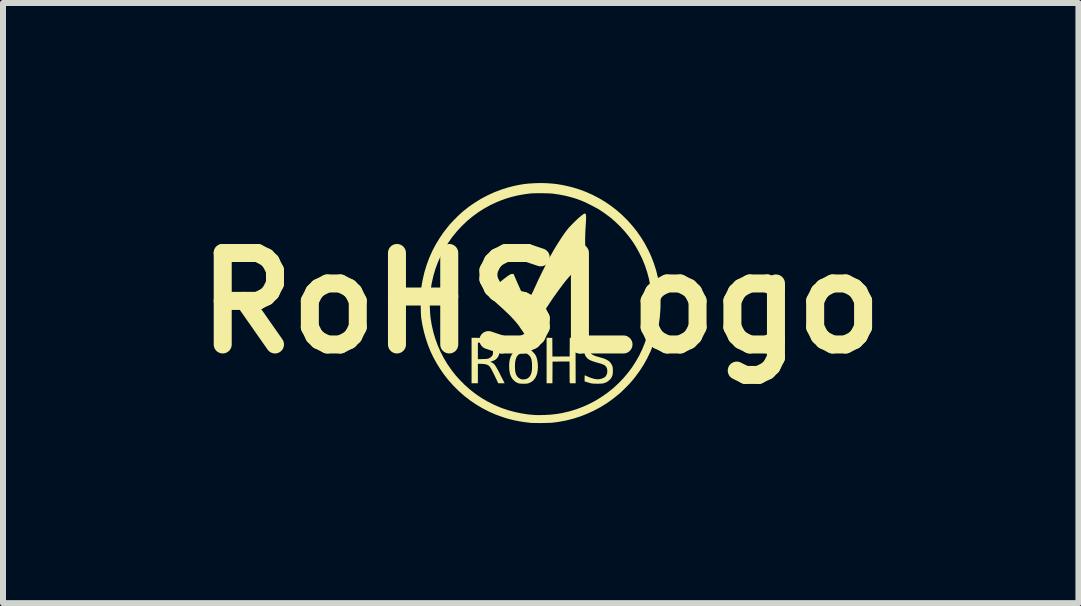
<source format=kicad_pcb>
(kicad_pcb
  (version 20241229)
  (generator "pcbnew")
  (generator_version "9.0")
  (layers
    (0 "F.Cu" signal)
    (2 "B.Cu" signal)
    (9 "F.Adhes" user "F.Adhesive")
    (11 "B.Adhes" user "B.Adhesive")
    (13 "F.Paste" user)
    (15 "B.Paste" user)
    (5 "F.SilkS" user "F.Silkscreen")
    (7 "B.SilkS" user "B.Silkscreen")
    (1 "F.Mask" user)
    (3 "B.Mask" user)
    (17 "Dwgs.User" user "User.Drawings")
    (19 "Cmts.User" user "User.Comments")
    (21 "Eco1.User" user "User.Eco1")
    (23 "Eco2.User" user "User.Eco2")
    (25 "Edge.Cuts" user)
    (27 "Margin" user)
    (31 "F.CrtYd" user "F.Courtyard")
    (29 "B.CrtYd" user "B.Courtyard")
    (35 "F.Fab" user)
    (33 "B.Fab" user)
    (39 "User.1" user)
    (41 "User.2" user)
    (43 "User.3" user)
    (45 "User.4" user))
  (footprint "RoHSLogo"
    (layer "F.Cu")
    (at 5.958 1.999)
    (property "Reference" "RoHSLogo" (at 0 0 0) (layer "F.SilkS") (effects (font (size 1.524 1.524) (thickness 0.3))))
    (attr board_only exclude_from_pos_files exclude_from_bom)
    (fp_poly (pts (xy 0.532 0.579) (xy 0.58 0.58) (xy 0.582 1.336) (xy 0.485 1.336) (xy 0.483 1.316) (xy 0.482 1.307) (xy 0.482 1.292) (xy 0.482 1.271) (xy 0.481 1.245) (xy 0.481 1.215) (xy 0.481 1.182) (xy 0.481 1.147) (xy 0.481 1.134) (xy 0.48 0.973) (xy 0.339 0.974) (xy 0.197 0.975) (xy 0.196 1.155) (xy 0.195 1.336) (xy 0.098 1.336) (xy 0.098 0.578) (xy 0.146 0.579) (xy 0.193 0.58) (xy 0.194 0.735) (xy 0.195 0.891) (xy 0.339 0.89) (xy 0.482 0.889) (xy 0.483 0.733) (xy 0.484 0.578)) (stroke (width 0) (type solid)) (fill yes) (layer "F.SilkS"))
    (fp_poly (pts (xy -0.238 0.761) (xy -0.201 0.77) (xy -0.172 0.781) (xy -0.155 0.792) (xy -0.136 0.808) (xy -0.117 0.828) (xy -0.1 0.848) (xy -0.086 0.869) (xy -0.083 0.874) (xy -0.069 0.906) (xy -0.059 0.943) (xy -0.052 0.984) (xy -0.048 1.028) (xy -0.047 1.072) (xy -0.05 1.116) (xy -0.056 1.157) (xy -0.066 1.193) (xy -0.067 1.194) (xy -0.083 1.233) (xy -0.105 1.267) (xy -0.131 1.295) (xy -0.162 1.317) (xy -0.195 1.333) (xy -0.218 1.34) (xy -0.235 1.342) (xy -0.257 1.343) (xy -0.282 1.344) (xy -0.308 1.343) (xy -0.333 1.342) (xy -0.354 1.34) (xy -0.37 1.337) (xy -0.372 1.336) (xy -0.405 1.322) (xy -0.436 1.3) (xy -0.463 1.273) (xy -0.486 1.241) (xy -0.492 1.229) (xy -0.502 1.207) (xy -0.509 1.187) (xy -0.515 1.166) (xy -0.519 1.142) (xy -0.523 1.113) (xy -0.524 1.099) (xy -0.526 1.054) (xy -0.43 1.054) (xy -0.428 1.099) (xy -0.425 1.136) (xy -0.418 1.168) (xy -0.408 1.195) (xy -0.395 1.218) (xy -0.378 1.237) (xy -0.365 1.247) (xy -0.351 1.256) (xy -0.337 1.264) (xy -0.328 1.268) (xy -0.309 1.271) (xy -0.285 1.272) (xy -0.259 1.269) (xy -0.239 1.264) (xy -0.215 1.252) (xy -0.193 1.234) (xy -0.175 1.21) (xy -0.161 1.181) (xy -0.151 1.146) (xy -0.15 1.137) (xy -0.147 1.117) (xy -0.145 1.091) (xy -0.145 1.063) (xy -0.145 1.034) (xy -0.146 1.006) (xy -0.148 0.98) (xy -0.151 0.958) (xy -0.154 0.941) (xy -0.155 0.937) (xy -0.164 0.915) (xy -0.172 0.899) (xy -0.182 0.884) (xy -0.193 0.872) (xy -0.21 0.856) (xy -0.228 0.845) (xy -0.251 0.838) (xy -0.262 0.836) (xy -0.294 0.834) (xy -0.325 0.838) (xy -0.352 0.848) (xy -0.376 0.864) (xy -0.38 0.869) (xy -0.397 0.891) (xy -0.41 0.918) (xy -0.42 0.951) (xy -0.427 0.989) (xy -0.429 1.035) (xy -0.43 1.054) (xy -0.526 1.054) (xy -0.526 1.044) (xy -0.524 0.992) (xy -0.516 0.944) (xy -0.503 0.901) (xy -0.486 0.864) (xy -0.464 0.832) (xy -0.438 0.805) (xy -0.424 0.796) (xy -0.393 0.779) (xy -0.357 0.767) (xy -0.318 0.76) (xy -0.278 0.758)) (stroke (width 0) (type solid)) (fill yes) (layer "F.SilkS"))
    (fp_poly (pts (xy -1.124 0.578) (xy -1.093 0.579) (xy -1.059 0.579) (xy -1.024 0.58) (xy -0.99 0.582) (xy -0.956 0.583) (xy -0.925 0.585) (xy -0.897 0.586) (xy -0.873 0.588) (xy -0.855 0.59) (xy -0.844 0.591) (xy -0.842 0.592) (xy -0.803 0.606) (xy -0.769 0.625) (xy -0.74 0.65) (xy -0.717 0.681) (xy -0.7 0.716) (xy -0.693 0.737) (xy -0.689 0.761) (xy -0.688 0.788) (xy -0.688 0.816) (xy -0.691 0.843) (xy -0.695 0.86) (xy -0.709 0.892) (xy -0.729 0.92) (xy -0.755 0.943) (xy -0.787 0.96) (xy -0.824 0.973) (xy -0.841 0.977) (xy -0.825 0.985) (xy -0.812 0.991) (xy -0.799 0.998) (xy -0.788 1.007) (xy -0.776 1.018) (xy -0.765 1.031) (xy -0.753 1.048) (xy -0.74 1.069) (xy -0.726 1.094) (xy -0.709 1.124) (xy -0.69 1.16) (xy -0.669 1.202) (xy -0.664 1.212) (xy -0.601 1.336) (xy -0.708 1.336) (xy -0.721 1.306) (xy -0.727 1.294) (xy -0.735 1.277) (xy -0.746 1.255) (xy -0.758 1.23) (xy -0.771 1.203) (xy -0.783 1.178) (xy -0.801 1.143) (xy -0.815 1.114) (xy -0.828 1.091) (xy -0.84 1.073) (xy -0.85 1.059) (xy -0.861 1.048) (xy -0.871 1.039) (xy -0.882 1.033) (xy -0.888 1.03) (xy -0.91 1.022) (xy -0.939 1.016) (xy -0.974 1.013) (xy -1.008 1.012) (xy -1.047 1.012) (xy -1.047 1.336) (xy -1.152 1.336) (xy -1.152 0.66) (xy -1.047 0.66) (xy -1.047 0.935) (xy -0.97 0.933) (xy -0.942 0.932) (xy -0.921 0.931) (xy -0.905 0.93) (xy -0.892 0.929) (xy -0.882 0.927) (xy -0.873 0.924) (xy -0.869 0.923) (xy -0.843 0.91) (xy -0.822 0.894) (xy -0.807 0.873) (xy -0.802 0.865) (xy -0.799 0.858) (xy -0.797 0.851) (xy -0.796 0.841) (xy -0.795 0.827) (xy -0.795 0.807) (xy -0.795 0.801) (xy -0.795 0.779) (xy -0.796 0.763) (xy -0.797 0.752) (xy -0.799 0.743) (xy -0.802 0.736) (xy -0.803 0.732) (xy -0.817 0.714) (xy -0.835 0.696) (xy -0.854 0.681) (xy -0.864 0.676) (xy -0.879 0.671) (xy -0.901 0.667) (xy -0.928 0.664) (xy -0.959 0.662) (xy -0.993 0.66) (xy -1.009 0.66) (xy -1.047 0.66) (xy -1.152 0.66) (xy -1.152 0.578)) (stroke (width 0) (type solid)) (fill yes) (layer "F.SilkS"))
    (fp_poly (pts (xy 1.012 0.572) (xy 1.052 0.576) (xy 1.091 0.584) (xy 1.126 0.594) (xy 1.164 0.606) (xy 1.164 0.648) (xy 1.164 0.665) (xy 1.163 0.681) (xy 1.162 0.691) (xy 1.161 0.695) (xy 1.158 0.697) (xy 1.152 0.697) (xy 1.143 0.693) (xy 1.13 0.688) (xy 1.083 0.668) (xy 1.038 0.655) (xy 0.995 0.649) (xy 0.977 0.648) (xy 0.937 0.651) (xy 0.904 0.659) (xy 0.876 0.671) (xy 0.856 0.686) (xy 0.842 0.7) (xy 0.832 0.714) (xy 0.826 0.729) (xy 0.823 0.748) (xy 0.822 0.773) (xy 0.822 0.773) (xy 0.823 0.798) (xy 0.826 0.817) (xy 0.831 0.832) (xy 0.84 0.843) (xy 0.854 0.854) (xy 0.864 0.861) (xy 0.876 0.867) (xy 0.889 0.873) (xy 0.906 0.88) (xy 0.926 0.887) (xy 0.952 0.894) (xy 0.983 0.903) (xy 1.014 0.912) (xy 1.056 0.925) (xy 1.091 0.94) (xy 1.12 0.956) (xy 1.144 0.974) (xy 1.164 0.996) (xy 1.18 1.021) (xy 1.184 1.029) (xy 1.191 1.043) (xy 1.195 1.055) (xy 1.198 1.066) (xy 1.2 1.079) (xy 1.201 1.097) (xy 1.202 1.106) (xy 1.202 1.145) (xy 1.2 1.178) (xy 1.194 1.206) (xy 1.183 1.232) (xy 1.169 1.255) (xy 1.15 1.277) (xy 1.12 1.303) (xy 1.086 1.323) (xy 1.047 1.336) (xy 1.041 1.338) (xy 1.024 1.34) (xy 1.002 1.342) (xy 0.975 1.343) (xy 0.947 1.344) (xy 0.918 1.343) (xy 0.891 1.342) (xy 0.867 1.341) (xy 0.848 1.339) (xy 0.844 1.338) (xy 0.829 1.334) (xy 0.81 1.329) (xy 0.789 1.323) (xy 0.774 1.318) (xy 0.731 1.305) (xy 0.731 1.254) (xy 0.731 1.232) (xy 0.732 1.215) (xy 0.733 1.206) (xy 0.734 1.203) (xy 0.74 1.205) (xy 0.75 1.209) (xy 0.763 1.216) (xy 0.773 1.22) (xy 0.811 1.237) (xy 0.85 1.251) (xy 0.889 1.262) (xy 0.926 1.268) (xy 0.953 1.27) (xy 0.982 1.267) (xy 1.011 1.26) (xy 1.038 1.25) (xy 1.062 1.238) (xy 1.079 1.223) (xy 1.081 1.221) (xy 1.095 1.199) (xy 1.105 1.173) (xy 1.109 1.146) (xy 1.109 1.118) (xy 1.104 1.091) (xy 1.094 1.068) (xy 1.081 1.051) (xy 1.074 1.044) (xy 1.066 1.037) (xy 1.056 1.031) (xy 1.045 1.026) (xy 1.03 1.02) (xy 1.012 1.013) (xy 0.99 1.006) (xy 0.961 0.998) (xy 0.927 0.988) (xy 0.908 0.983) (xy 0.863 0.968) (xy 0.826 0.953) (xy 0.796 0.936) (xy 0.775 0.919) (xy 0.752 0.891) (xy 0.736 0.86) (xy 0.727 0.826) (xy 0.723 0.791) (xy 0.726 0.755) (xy 0.734 0.72) (xy 0.749 0.686) (xy 0.769 0.655) (xy 0.785 0.637) (xy 0.81 0.614) (xy 0.835 0.597) (xy 0.862 0.585) (xy 0.892 0.577) (xy 0.926 0.572) (xy 0.966 0.57) (xy 0.968 0.57)) (stroke (width 0) (type solid)) (fill yes) (layer "F.SilkS"))
    (fp_poly (pts (xy 0.742 -1.491) (xy 0.747 -1.486) (xy 0.751 -1.478) (xy 0.754 -1.465) (xy 0.756 -1.447) (xy 0.756 -1.424) (xy 0.755 -1.395) (xy 0.754 -1.36) (xy 0.751 -1.318) (xy 0.75 -1.297) (xy 0.745 -1.222) (xy 0.742 -1.148) (xy 0.74 -1.076) (xy 0.74 -1.007) (xy 0.742 -0.942) (xy 0.745 -0.882) (xy 0.749 -0.835) (xy 0.753 -0.801) (xy 0.755 -0.775) (xy 0.755 -0.753) (xy 0.755 -0.736) (xy 0.753 -0.722) (xy 0.749 -0.71) (xy 0.744 -0.699) (xy 0.739 -0.693) (xy 0.729 -0.682) (xy 0.716 -0.669) (xy 0.701 -0.655) (xy 0.696 -0.651) (xy 0.647 -0.608) (xy 0.603 -0.569) (xy 0.564 -0.531) (xy 0.527 -0.495) (xy 0.493 -0.46) (xy 0.461 -0.423) (xy 0.428 -0.385) (xy 0.395 -0.344) (xy 0.36 -0.298) (xy 0.346 -0.279) (xy 0.299 -0.216) (xy 0.256 -0.156) (xy 0.215 -0.099) (xy 0.177 -0.043) (xy 0.143 0.008) (xy 0.113 0.054) (xy 0.085 0.096) (xy 0.06 0.137) (xy 0.035 0.177) (xy 0.012 0.218) (xy -0.012 0.26) (xy -0.036 0.305) (xy -0.062 0.354) (xy -0.09 0.408) (xy -0.113 0.453) (xy -0.13 0.485) (xy -0.145 0.514) (xy -0.159 0.54) (xy -0.171 0.563) (xy -0.181 0.581) (xy -0.188 0.593) (xy -0.193 0.6) (xy -0.194 0.6) (xy -0.201 0.603) (xy -0.208 0.601) (xy -0.21 0.599) (xy -0.215 0.594) (xy -0.223 0.584) (xy -0.234 0.569) (xy -0.247 0.55) (xy -0.262 0.528) (xy -0.279 0.504) (xy -0.282 0.499) (xy -0.299 0.473) (xy -0.317 0.448) (xy -0.333 0.424) (xy -0.347 0.404) (xy -0.358 0.387) (xy -0.366 0.376) (xy -0.366 0.376) (xy -0.388 0.347) (xy -0.412 0.318) (xy -0.438 0.288) (xy -0.466 0.257) (xy -0.497 0.224) (xy -0.532 0.189) (xy -0.571 0.152) (xy -0.614 0.111) (xy -0.662 0.067) (xy -0.716 0.019) (xy -0.748 -0.01) (xy -0.781 -0.04) (xy -0.811 -0.067) (xy -0.837 -0.091) (xy -0.859 -0.112) (xy -0.877 -0.129) (xy -0.889 -0.142) (xy -0.897 -0.151) (xy -0.898 -0.154) (xy -0.895 -0.16) (xy -0.887 -0.17) (xy -0.873 -0.184) (xy -0.855 -0.201) (xy -0.833 -0.221) (xy -0.807 -0.244) (xy -0.778 -0.269) (xy -0.747 -0.295) (xy -0.714 -0.322) (xy -0.68 -0.349) (xy -0.645 -0.377) (xy -0.61 -0.405) (xy -0.576 -0.431) (xy -0.572 -0.434) (xy -0.547 -0.453) (xy -0.526 -0.466) (xy -0.509 -0.476) (xy -0.495 -0.482) (xy -0.482 -0.485) (xy -0.471 -0.486) (xy -0.453 -0.486) (xy -0.435 -0.445) (xy -0.411 -0.389) (xy -0.388 -0.336) (xy -0.365 -0.285) (xy -0.344 -0.239) (xy -0.325 -0.196) (xy -0.307 -0.158) (xy -0.292 -0.125) (xy -0.278 -0.097) (xy -0.267 -0.075) (xy -0.258 -0.06) (xy -0.252 -0.051) (xy -0.251 -0.05) (xy -0.239 -0.042) (xy -0.226 -0.039) (xy -0.214 -0.042) (xy -0.209 -0.045) (xy -0.202 -0.055) (xy -0.192 -0.071) (xy -0.179 -0.093) (xy -0.165 -0.121) (xy -0.148 -0.154) (xy -0.129 -0.192) (xy -0.11 -0.235) (xy -0.088 -0.281) (xy -0.072 -0.316) (xy -0.059 -0.346) (xy -0.043 -0.381) (xy -0.024 -0.42) (xy -0.003 -0.463) (xy 0.019 -0.508) (xy 0.041 -0.553) (xy 0.064 -0.598) (xy 0.086 -0.642) (xy 0.107 -0.683) (xy 0.126 -0.72) (xy 0.143 -0.751) (xy 0.151 -0.766) (xy 0.177 -0.812) (xy 0.204 -0.861) (xy 0.233 -0.91) (xy 0.263 -0.959) (xy 0.293 -1.007) (xy 0.323 -1.053) (xy 0.351 -1.097) (xy 0.378 -1.136) (xy 0.403 -1.172) (xy 0.425 -1.202) (xy 0.437 -1.217) (xy 0.458 -1.243) (xy 0.482 -1.27) (xy 0.508 -1.297) (xy 0.535 -1.325) (xy 0.563 -1.353) (xy 0.591 -1.38) (xy 0.618 -1.405) (xy 0.644 -1.429) (xy 0.669 -1.449) (xy 0.69 -1.466) (xy 0.709 -1.48) (xy 0.723 -1.488) (xy 0.734 -1.492) (xy 0.735 -1.492)) (stroke (width 0) (type solid)) (fill yes) (layer "F.SilkS"))
    (fp_poly (pts (xy 0.121 -1.996) (xy 0.199 -1.99) (xy 0.277 -1.981) (xy 0.358 -1.967) (xy 0.4 -1.959) (xy 0.519 -1.931) (xy 0.635 -1.896) (xy 0.749 -1.854) (xy 0.859 -1.805) (xy 0.967 -1.749) (xy 1.071 -1.688) (xy 1.17 -1.62) (xy 1.266 -1.546) (xy 1.357 -1.466) (xy 1.443 -1.381) (xy 1.524 -1.291) (xy 1.6 -1.196) (xy 1.67 -1.096) (xy 1.734 -0.992) (xy 1.791 -0.884) (xy 1.793 -0.881) (xy 1.843 -0.772) (xy 1.885 -0.662) (xy 1.921 -0.551) (xy 1.949 -0.437) (xy 1.971 -0.32) (xy 1.987 -0.199) (xy 1.991 -0.162) (xy 1.994 -0.102) (xy 1.996 -0.038) (xy 1.996 0.03) (xy 1.994 0.099) (xy 1.989 0.168) (xy 1.984 0.234) (xy 1.976 0.296) (xy 1.971 0.329) (xy 1.945 0.454) (xy 1.913 0.575) (xy 1.874 0.694) (xy 1.828 0.808) (xy 1.774 0.92) (xy 1.714 1.028) (xy 1.646 1.133) (xy 1.571 1.235) (xy 1.527 1.289) (xy 1.505 1.314) (xy 1.479 1.343) (xy 1.449 1.375) (xy 1.417 1.407) (xy 1.385 1.439) (xy 1.354 1.469) (xy 1.325 1.496) (xy 1.303 1.515) (xy 1.204 1.595) (xy 1.102 1.668) (xy 0.996 1.733) (xy 0.886 1.792) (xy 0.773 1.844) (xy 0.658 1.889) (xy 0.539 1.927) (xy 0.417 1.957) (xy 0.293 1.98) (xy 0.211 1.991) (xy 0.188 1.993) (xy 0.159 1.995) (xy 0.126 1.996) (xy 0.088 1.997) (xy 0.049 1.998) (xy 0.008 1.999) (xy -0.032 1.999) (xy -0.071 1.998) (xy -0.107 1.998) (xy -0.139 1.997) (xy -0.165 1.996) (xy -0.181 1.994) (xy -0.273 1.983) (xy -0.359 1.969) (xy -0.44 1.953) (xy -0.518 1.934) (xy -0.595 1.912) (xy -0.672 1.886) (xy -0.748 1.858) (xy -0.86 1.809) (xy -0.969 1.753) (xy -1.074 1.691) (xy -1.176 1.622) (xy -1.273 1.547) (xy -1.365 1.466) (xy -1.452 1.379) (xy -1.535 1.287) (xy -1.612 1.189) (xy -1.674 1.1) (xy -1.734 1.003) (xy -1.788 0.905) (xy -1.836 0.805) (xy -1.877 0.702) (xy -1.913 0.596) (xy -1.944 0.486) (xy -1.97 0.371) (xy -1.989 0.26) (xy -1.991 0.245) (xy -1.993 0.23) (xy -1.994 0.215) (xy -1.995 0.197) (xy -1.996 0.177) (xy -1.997 0.154) (xy -1.998 0.125) (xy -1.998 0.091) (xy -1.999 0.05) (xy -1.999 0.042) (xy -2 -0.015) (xy -2 -0.023) (xy -1.848 -0.023) (xy -1.847 0.078) (xy -1.842 0.179) (xy -1.834 0.254) (xy -1.815 0.369) (xy -1.789 0.483) (xy -1.756 0.595) (xy -1.716 0.705) (xy -1.669 0.812) (xy -1.615 0.916) (xy -1.555 1.016) (xy -1.489 1.112) (xy -1.417 1.204) (xy -1.355 1.273) (xy -1.268 1.361) (xy -1.178 1.441) (xy -1.084 1.515) (xy -0.986 1.581) (xy -0.884 1.641) (xy -0.779 1.694) (xy -0.669 1.741) (xy -0.643 1.751) (xy -0.538 1.786) (xy -0.43 1.815) (xy -0.319 1.838) (xy -0.209 1.855) (xy -0.166 1.859) (xy -0.133 1.862) (xy -0.102 1.864) (xy -0.072 1.866) (xy -0.041 1.866) (xy -0.007 1.866) (xy 0.031 1.865) (xy 0.075 1.864) (xy 0.081 1.863) (xy 0.147 1.86) (xy 0.209 1.854) (xy 0.267 1.847) (xy 0.325 1.838) (xy 0.365 1.83) (xy 0.482 1.803) (xy 0.596 1.768) (xy 0.707 1.726) (xy 0.815 1.677) (xy 0.919 1.622) (xy 1.02 1.559) (xy 1.116 1.491) (xy 1.209 1.417) (xy 1.296 1.336) (xy 1.379 1.25) (xy 1.456 1.158) (xy 1.519 1.074) (xy 1.582 0.977) (xy 1.64 0.876) (xy 1.691 0.77) (xy 1.735 0.661) (xy 1.772 0.549) (xy 1.803 0.434) (xy 1.826 0.317) (xy 1.842 0.197) (xy 1.842 0.191) (xy 1.846 0.152) (xy 1.848 0.107) (xy 1.849 0.059) (xy 1.849 0.008) (xy 1.849 -0.042) (xy 1.847 -0.089) (xy 1.845 -0.133) (xy 1.842 -0.162) (xy 1.826 -0.284) (xy 1.803 -0.403) (xy 1.772 -0.519) (xy 1.734 -0.632) (xy 1.689 -0.742) (xy 1.636 -0.849) (xy 1.577 -0.953) (xy 1.538 -1.014) (xy 1.473 -1.104) (xy 1.402 -1.191) (xy 1.325 -1.275) (xy 1.243 -1.354) (xy 1.157 -1.428) (xy 1.067 -1.495) (xy 0.975 -1.557) (xy 0.964 -1.563) (xy 0.941 -1.577) (xy 0.912 -1.592) (xy 0.88 -1.609) (xy 0.846 -1.627) (xy 0.81 -1.645) (xy 0.776 -1.662) (xy 0.743 -1.678) (xy 0.714 -1.691) (xy 0.69 -1.701) (xy 0.686 -1.703) (xy 0.594 -1.737) (xy 0.501 -1.765) (xy 0.406 -1.789) (xy 0.307 -1.808) (xy 0.203 -1.823) (xy 0.181 -1.825) (xy 0.153 -1.827) (xy 0.12 -1.828) (xy 0.083 -1.829) (xy 0.043 -1.83) (xy 0.003 -1.83) (xy -0.037 -1.83) (xy -0.076 -1.83) (xy -0.111 -1.829) (xy -0.143 -1.828) (xy -0.168 -1.826) (xy -0.182 -1.825) (xy -0.285 -1.811) (xy -0.383 -1.793) (xy -0.476 -1.771) (xy -0.566 -1.745) (xy -0.654 -1.714) (xy -0.741 -1.678) (xy -0.829 -1.637) (xy -0.833 -1.635) (xy -0.937 -1.578) (xy -1.037 -1.515) (xy -1.133 -1.445) (xy -1.225 -1.369) (xy -1.311 -1.287) (xy -1.393 -1.199) (xy -1.47 -1.105) (xy -1.485 -1.085) (xy -1.552 -0.988) (xy -1.613 -0.887) (xy -1.667 -0.783) (xy -1.715 -0.675) (xy -1.756 -0.564) (xy -1.789 -0.45) (xy -1.815 -0.335) (xy -1.834 -0.221) (xy -1.843 -0.124) (xy -1.848 -0.023) (xy -2 -0.023) (xy -2 -0.064) (xy -1.999 -0.109) (xy -1.998 -0.149) (xy -1.996 -0.186) (xy -1.993 -0.221) (xy -1.989 -0.255) (xy -1.984 -0.29) (xy -1.978 -0.326) (xy -1.971 -0.366) (xy -1.965 -0.397) (xy -1.937 -0.516) (xy -1.901 -0.634) (xy -1.859 -0.749) (xy -1.809 -0.862) (xy -1.752 -0.971) (xy -1.688 -1.077) (xy -1.618 -1.18) (xy -1.54 -1.279) (xy -1.514 -1.311) (xy -1.493 -1.334) (xy -1.468 -1.36) (xy -1.441 -1.389) (xy -1.411 -1.418) (xy -1.382 -1.448) (xy -1.353 -1.475) (xy -1.326 -1.5) (xy -1.303 -1.52) (xy -1.299 -1.524) (xy -1.201 -1.602) (xy -1.098 -1.673) (xy -0.993 -1.738) (xy -0.883 -1.796) (xy -0.771 -1.847) (xy -0.656 -1.891) (xy -0.539 -1.928) (xy -0.503 -1.937) (xy -0.425 -1.956) (xy -0.35 -1.971) (xy -0.275 -1.983) (xy -0.199 -1.991) (xy -0.12 -1.996) (xy -0.043 -1.999) (xy 0.042 -1.999)) (stroke (width 0) (type solid)) (fill yes) (layer "F.SilkS")))
  (gr_rect
    (start -3 -3)
    (end 14.916 6.998)
    (stroke (width 0.1) (type default))
    (fill no)
    (layer "Edge.Cuts")))
</source>
